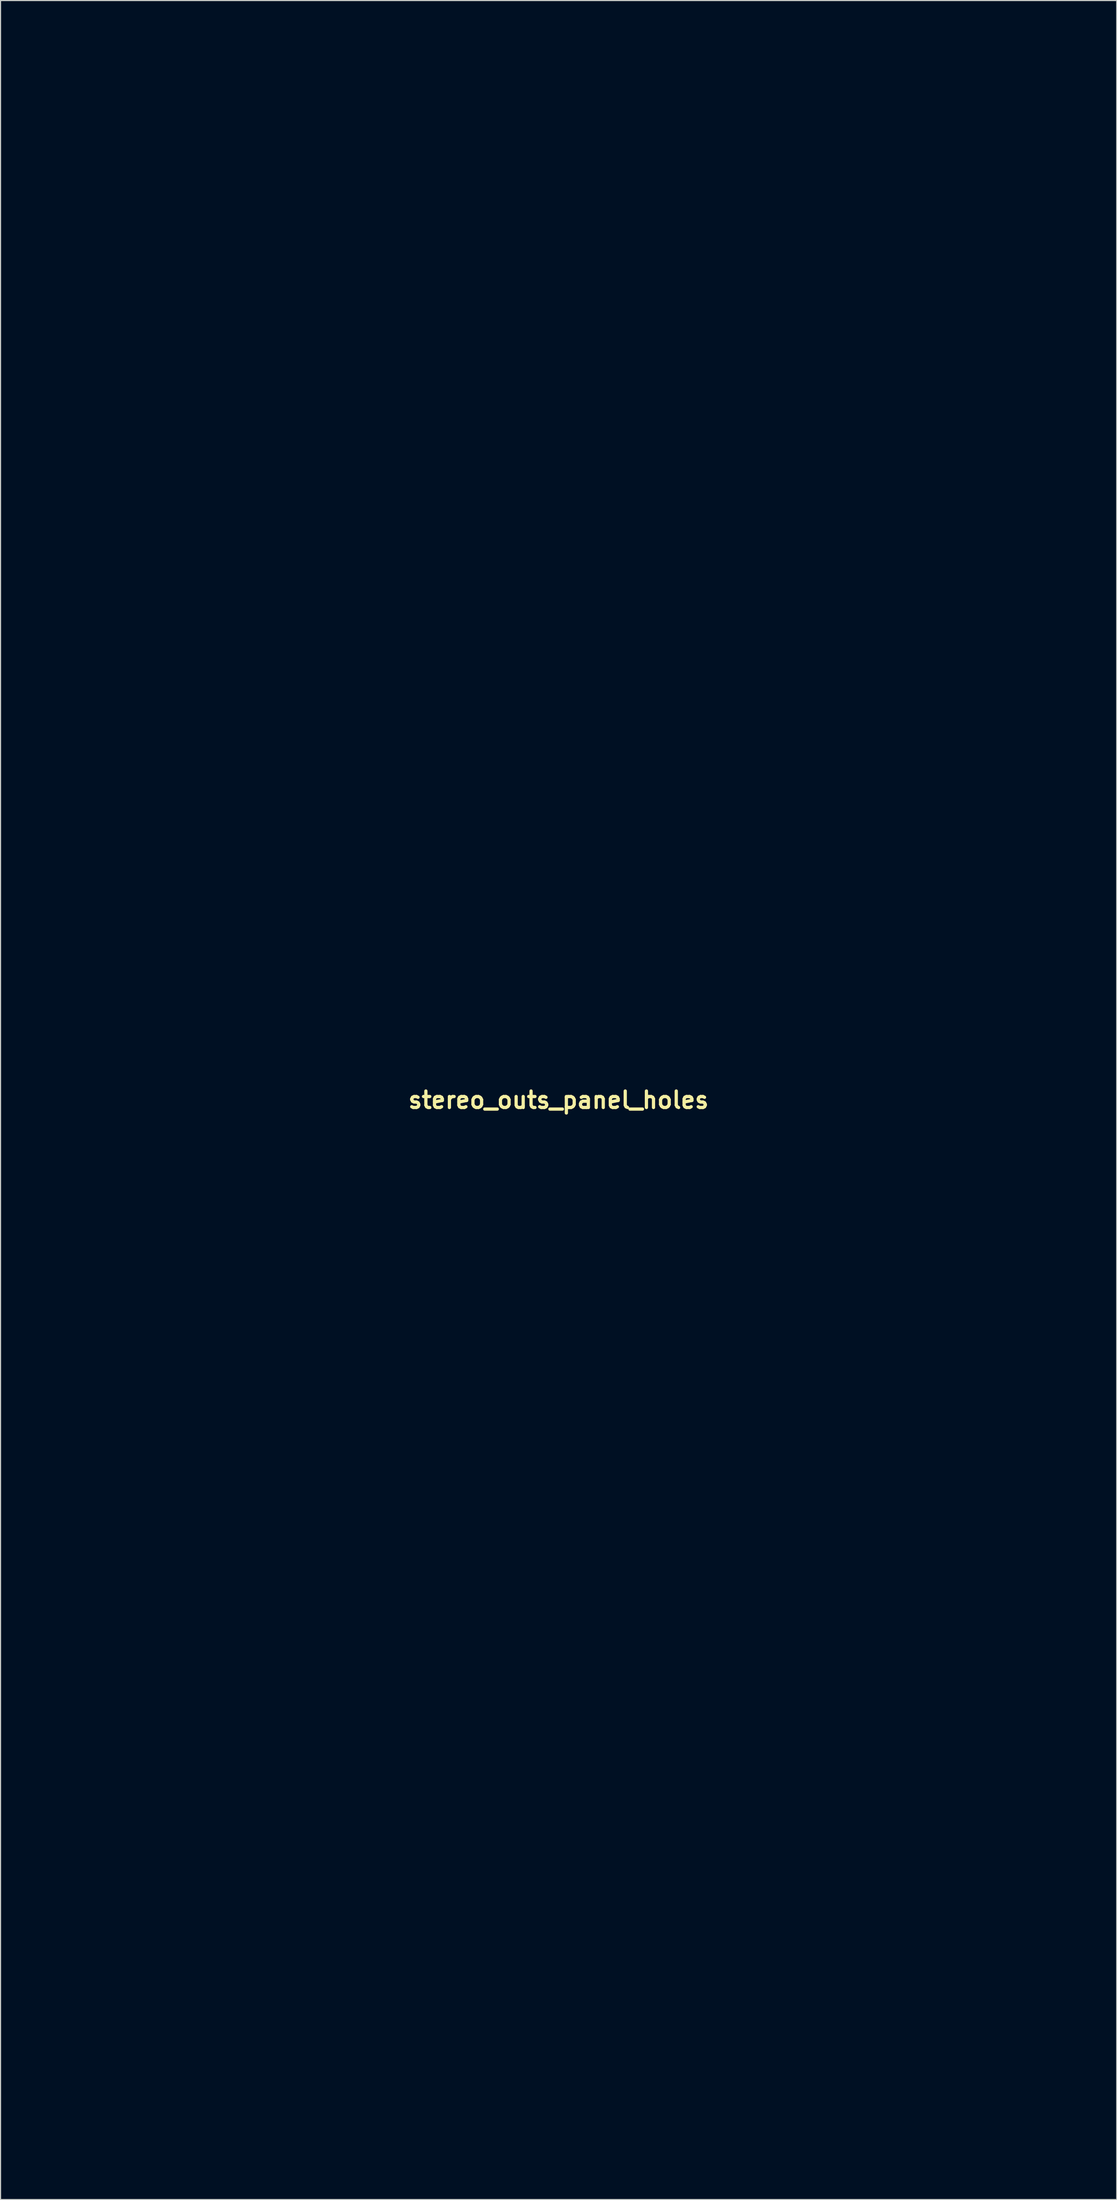
<source format=kicad_pcb>
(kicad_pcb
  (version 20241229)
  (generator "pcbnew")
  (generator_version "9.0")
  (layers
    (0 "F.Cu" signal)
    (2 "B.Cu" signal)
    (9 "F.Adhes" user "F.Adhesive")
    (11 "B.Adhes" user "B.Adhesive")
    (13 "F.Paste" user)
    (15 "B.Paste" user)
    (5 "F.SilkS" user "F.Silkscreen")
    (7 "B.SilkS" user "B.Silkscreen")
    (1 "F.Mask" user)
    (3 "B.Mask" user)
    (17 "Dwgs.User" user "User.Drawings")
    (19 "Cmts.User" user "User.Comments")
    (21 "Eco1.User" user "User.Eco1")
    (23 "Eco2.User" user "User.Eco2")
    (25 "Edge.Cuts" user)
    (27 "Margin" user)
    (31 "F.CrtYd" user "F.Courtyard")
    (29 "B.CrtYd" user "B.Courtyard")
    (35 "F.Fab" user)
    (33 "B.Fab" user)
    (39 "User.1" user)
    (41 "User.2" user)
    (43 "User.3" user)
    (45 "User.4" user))
  (footprint "stereo_outs_panel_holes"
    (layer "F.Cu")
    (at 48.59 98.605)
    (property "Reference" "stereo_outs_panel_holes" (at 0 0 0) (layer "F.SilkS") (effects (font (size 1.524 1.524) (thickness 0.3))))
    (attr through_hole)
    (fp_poly (pts (xy 45.45 95.415) (xy 45.606 95.415) (xy 45.941 95.415) (xy 46.23 95.415) (xy 46.476 95.416) (xy 46.683 95.417) (xy 46.855 95.418) (xy 46.996 95.42) (xy 47.11 95.422) (xy 47.201 95.426) (xy 47.273 95.43) (xy 47.33 95.436) (xy 47.375 95.442) (xy 47.414 95.45) (xy 47.449 95.46) (xy 47.485 95.471) (xy 47.485 95.471) (xy 47.738 95.577) (xy 47.969 95.725) (xy 48.173 95.911) (xy 48.345 96.128) (xy 48.478 96.371) (xy 48.544 96.545) (xy 48.591 96.765) (xy 48.606 97.004) (xy 48.589 97.243) (xy 48.541 97.464) (xy 48.53 97.495) (xy 48.413 97.76) (xy 48.255 97.996) (xy 48.06 98.199) (xy 47.83 98.367) (xy 47.568 98.497) (xy 47.506 98.52) (xy 47.307 98.59) (xy 45.682 98.594) (xy 45.396 98.594) (xy 45.122 98.594) (xy 44.866 98.593) (xy 44.631 98.592) (xy 44.423 98.59) (xy 44.246 98.588) (xy 44.104 98.585) (xy 44.004 98.582) (xy 43.948 98.578) (xy 43.942 98.578) (xy 43.68 98.507) (xy 43.435 98.391) (xy 43.212 98.237) (xy 43.016 98.049) (xy 42.854 97.833) (xy 42.73 97.594) (xy 42.657 97.368) (xy 42.628 97.171) (xy 42.624 96.951) (xy 42.644 96.73) (xy 42.687 96.527) (xy 42.706 96.47) (xy 42.816 96.229) (xy 42.967 96.006) (xy 43.151 95.811) (xy 43.361 95.652) (xy 43.457 95.597) (xy 43.523 95.562) (xy 43.582 95.532) (xy 43.636 95.506) (xy 43.69 95.485) (xy 43.748 95.467) (xy 43.814 95.452) (xy 43.893 95.441) (xy 43.987 95.432) (xy 44.102 95.425) (xy 44.242 95.421) (xy 44.41 95.418) (xy 44.611 95.416) (xy 44.848 95.415) (xy 45.126 95.415) (xy 45.45 95.415)) (stroke (width 0.01) (type solid)) (fill no) (layer "Eco1.User"))
    (fp_poly (pts (xy -45.259 -98.59) (xy -44.971 -98.59) (xy -44.727 -98.589) (xy -44.521 -98.589) (xy -44.35 -98.587) (xy -44.21 -98.585) (xy -44.097 -98.583) (xy -44.007 -98.579) (xy -43.936 -98.575) (xy -43.88 -98.569) (xy -43.835 -98.563) (xy -43.797 -98.554) (xy -43.762 -98.545) (xy -43.726 -98.534) (xy -43.473 -98.428) (xy -43.241 -98.281) (xy -43.036 -98.099) (xy -42.864 -97.887) (xy -42.73 -97.652) (xy -42.639 -97.398) (xy -42.632 -97.368) (xy -42.603 -97.171) (xy -42.599 -96.951) (xy -42.619 -96.73) (xy -42.662 -96.527) (xy -42.68 -96.47) (xy -42.795 -96.218) (xy -42.952 -95.991) (xy -43.144 -95.796) (xy -43.369 -95.634) (xy -43.62 -95.512) (xy -43.805 -95.452) (xy -43.847 -95.442) (xy -43.89 -95.434) (xy -43.939 -95.426) (xy -43.997 -95.42) (xy -44.068 -95.415) (xy -44.157 -95.411) (xy -44.268 -95.408) (xy -44.405 -95.406) (xy -44.573 -95.405) (xy -44.775 -95.404) (xy -45.015 -95.404) (xy -45.298 -95.404) (xy -45.603 -95.404) (xy -45.931 -95.404) (xy -46.211 -95.405) (xy -46.449 -95.406) (xy -46.649 -95.407) (xy -46.815 -95.409) (xy -46.95 -95.411) (xy -47.059 -95.414) (xy -47.147 -95.419) (xy -47.217 -95.424) (xy -47.273 -95.43) (xy -47.32 -95.438) (xy -47.362 -95.446) (xy -47.391 -95.454) (xy -47.652 -95.547) (xy -47.886 -95.68) (xy -48.091 -95.847) (xy -48.264 -96.044) (xy -48.402 -96.266) (xy -48.504 -96.506) (xy -48.565 -96.762) (xy -48.583 -97.026) (xy -48.555 -97.294) (xy -48.501 -97.501) (xy -48.432 -97.682) (xy -48.351 -97.834) (xy -48.248 -97.976) (xy -48.152 -98.085) (xy -47.966 -98.259) (xy -47.766 -98.393) (xy -47.536 -98.499) (xy -47.499 -98.512) (xy -47.282 -98.59) (xy -45.593 -98.59) (xy -45.259 -98.59)) (stroke (width 0.01) (type solid)) (fill no) (layer "Eco1.User"))
    (fp_poly (pts (xy 32.262 9.511) (xy 32.606 9.546) (xy 32.936 9.619) (xy 33.262 9.73) (xy 33.545 9.855) (xy 33.914 10.063) (xy 34.25 10.308) (xy 34.551 10.589) (xy 34.816 10.904) (xy 35.043 11.251) (xy 35.23 11.626) (xy 35.376 12.029) (xy 35.424 12.203) (xy 35.459 12.384) (xy 35.486 12.6) (xy 35.502 12.832) (xy 35.508 13.066) (xy 35.503 13.284) (xy 35.486 13.465) (xy 35.403 13.877) (xy 35.276 14.267) (xy 35.109 14.635) (xy 34.903 14.976) (xy 34.662 15.289) (xy 34.389 15.572) (xy 34.087 15.821) (xy 33.759 16.036) (xy 33.408 16.213) (xy 33.037 16.35) (xy 32.649 16.445) (xy 32.246 16.495) (xy 31.833 16.499) (xy 31.61 16.481) (xy 31.482 16.463) (xy 31.335 16.436) (xy 31.199 16.407) (xy 31.191 16.405) (xy 30.793 16.283) (xy 30.421 16.12) (xy 30.076 15.918) (xy 29.76 15.681) (xy 29.476 15.413) (xy 29.224 15.116) (xy 29.008 14.795) (xy 28.828 14.452) (xy 28.686 14.091) (xy 28.585 13.716) (xy 28.526 13.328) (xy 28.511 12.932) (xy 28.515 12.878) (xy 29.515 12.878) (xy 29.515 13.132) (xy 31.877 13.132) (xy 31.877 15.494) (xy 32.156 15.494) (xy 32.156 13.132) (xy 34.519 13.132) (xy 34.519 12.878) (xy 32.157 12.878) (xy 32.144 10.503) (xy 32.01 10.495) (xy 31.877 10.488) (xy 31.877 12.878) (xy 29.515 12.878) (xy 28.515 12.878) (xy 28.542 12.532) (xy 28.621 12.13) (xy 28.692 11.888) (xy 28.845 11.508) (xy 29.042 11.149) (xy 29.281 10.815) (xy 29.556 10.51) (xy 29.866 10.238) (xy 30.206 10.003) (xy 30.449 9.868) (xy 30.78 9.721) (xy 31.112 9.614) (xy 31.458 9.545) (xy 31.83 9.511) (xy 31.89 9.508) (xy 32.262 9.511)) (stroke (width 0.01) (type solid)) (fill no) (layer "Eco1.User"))
    (fp_poly (pts (xy 32.254 -50.481) (xy 32.447 -50.471) (xy 32.612 -50.454) (xy 32.707 -50.438) (xy 33.112 -50.328) (xy 33.489 -50.178) (xy 33.839 -49.986) (xy 34.169 -49.75) (xy 34.482 -49.468) (xy 34.769 -49.147) (xy 35.01 -48.807) (xy 35.203 -48.447) (xy 35.35 -48.069) (xy 35.449 -47.672) (xy 35.501 -47.257) (xy 35.509 -47.005) (xy 35.485 -46.576) (xy 35.414 -46.165) (xy 35.295 -45.774) (xy 35.13 -45.401) (xy 34.917 -45.047) (xy 34.657 -44.712) (xy 34.437 -44.479) (xy 34.128 -44.212) (xy 33.791 -43.985) (xy 33.428 -43.799) (xy 33.047 -43.656) (xy 32.651 -43.558) (xy 32.244 -43.506) (xy 31.833 -43.501) (xy 31.69 -43.511) (xy 31.28 -43.574) (xy 30.882 -43.685) (xy 30.497 -43.845) (xy 30.128 -44.051) (xy 29.787 -44.297) (xy 29.499 -44.56) (xy 29.242 -44.86) (xy 29.017 -45.193) (xy 28.829 -45.551) (xy 28.681 -45.93) (xy 28.576 -46.323) (xy 28.558 -46.413) (xy 28.533 -46.607) (xy 28.519 -46.833) (xy 28.517 -47.072) (xy 28.52 -47.142) (xy 29.515 -47.142) (xy 29.515 -46.863) (xy 31.877 -46.863) (xy 31.877 -44.501) (xy 32.156 -44.501) (xy 32.156 -46.863) (xy 34.521 -46.863) (xy 34.506 -47.13) (xy 33.331 -47.136) (xy 32.157 -47.143) (xy 32.15 -48.317) (xy 32.144 -49.492) (xy 32.01 -49.5) (xy 31.877 -49.507) (xy 31.877 -47.142) (xy 29.515 -47.142) (xy 28.52 -47.142) (xy 28.526 -47.306) (xy 28.547 -47.518) (xy 28.559 -47.6) (xy 28.658 -48.009) (xy 28.801 -48.398) (xy 28.986 -48.762) (xy 29.21 -49.1) (xy 29.472 -49.408) (xy 29.768 -49.685) (xy 30.095 -49.927) (xy 30.452 -50.131) (xy 30.836 -50.296) (xy 31.243 -50.419) (xy 31.327 -50.438) (xy 31.464 -50.459) (xy 31.638 -50.474) (xy 31.836 -50.483) (xy 32.046 -50.485) (xy 32.254 -50.481)) (stroke (width 0.01) (type solid)) (fill no) (layer "Eco1.User"))
    (fp_poly (pts (xy 32.26 -80.555) (xy 32.454 -80.544) (xy 32.619 -80.527) (xy 32.707 -80.511) (xy 33.121 -80.397) (xy 33.51 -80.24) (xy 33.874 -80.038) (xy 34.214 -79.791) (xy 34.446 -79.584) (xy 34.734 -79.271) (xy 34.978 -78.934) (xy 35.177 -78.573) (xy 35.331 -78.193) (xy 35.438 -77.794) (xy 35.497 -77.38) (xy 35.509 -77.078) (xy 35.485 -76.65) (xy 35.414 -76.239) (xy 35.295 -75.847) (xy 35.13 -75.474) (xy 34.917 -75.12) (xy 34.657 -74.786) (xy 34.437 -74.552) (xy 34.128 -74.286) (xy 33.791 -74.059) (xy 33.428 -73.873) (xy 33.047 -73.73) (xy 32.651 -73.632) (xy 32.244 -73.579) (xy 31.833 -73.575) (xy 31.69 -73.585) (xy 31.282 -73.647) (xy 30.889 -73.755) (xy 30.517 -73.907) (xy 30.166 -74.099) (xy 29.841 -74.329) (xy 29.543 -74.595) (xy 29.277 -74.893) (xy 29.045 -75.221) (xy 28.851 -75.576) (xy 28.696 -75.956) (xy 28.584 -76.356) (xy 28.558 -76.486) (xy 28.533 -76.681) (xy 28.519 -76.906) (xy 28.517 -77.145) (xy 28.52 -77.216) (xy 29.515 -77.216) (xy 29.515 -76.937) (xy 31.877 -76.937) (xy 31.877 -74.574) (xy 32.156 -74.574) (xy 32.156 -76.937) (xy 34.521 -76.937) (xy 34.506 -77.203) (xy 33.331 -77.21) (xy 32.157 -77.217) (xy 32.15 -78.391) (xy 32.144 -79.566) (xy 32.01 -79.573) (xy 31.877 -79.581) (xy 31.877 -77.216) (xy 29.515 -77.216) (xy 28.52 -77.216) (xy 28.526 -77.38) (xy 28.547 -77.591) (xy 28.559 -77.673) (xy 28.658 -78.082) (xy 28.801 -78.47) (xy 28.986 -78.834) (xy 29.21 -79.172) (xy 29.471 -79.481) (xy 29.766 -79.758) (xy 30.093 -80) (xy 30.448 -80.205) (xy 30.829 -80.369) (xy 31.234 -80.491) (xy 31.318 -80.51) (xy 31.459 -80.532) (xy 31.637 -80.547) (xy 31.838 -80.556) (xy 32.05 -80.559) (xy 32.26 -80.555)) (stroke (width 0.01) (type solid)) (fill no) (layer "Eco1.User"))
    (fp_poly (pts (xy 46.65 -98.599) (xy 46.837 -98.596) (xy 46.994 -98.592) (xy 47.126 -98.585) (xy 47.235 -98.576) (xy 47.328 -98.563) (xy 47.407 -98.548) (xy 47.476 -98.529) (xy 47.541 -98.507) (xy 47.606 -98.48) (xy 47.673 -98.449) (xy 47.716 -98.428) (xy 47.948 -98.289) (xy 48.154 -98.11) (xy 48.328 -97.895) (xy 48.467 -97.652) (xy 48.532 -97.492) (xy 48.563 -97.395) (xy 48.583 -97.308) (xy 48.595 -97.217) (xy 48.599 -97.103) (xy 48.6 -97.003) (xy 48.597 -96.86) (xy 48.59 -96.751) (xy 48.574 -96.657) (xy 48.549 -96.561) (xy 48.532 -96.507) (xy 48.421 -96.254) (xy 48.269 -96.022) (xy 48.079 -95.818) (xy 47.859 -95.647) (xy 47.613 -95.515) (xy 47.498 -95.472) (xy 47.464 -95.46) (xy 47.431 -95.451) (xy 47.394 -95.443) (xy 47.349 -95.436) (xy 47.293 -95.43) (xy 47.222 -95.425) (xy 47.13 -95.422) (xy 47.016 -95.419) (xy 46.873 -95.416) (xy 46.7 -95.415) (xy 46.49 -95.413) (xy 46.242 -95.412) (xy 45.949 -95.411) (xy 45.669 -95.41) (xy 45.336 -95.409) (xy 45.049 -95.408) (xy 44.805 -95.408) (xy 44.6 -95.408) (xy 44.429 -95.409) (xy 44.289 -95.411) (xy 44.175 -95.414) (xy 44.084 -95.417) (xy 44.012 -95.422) (xy 43.954 -95.427) (xy 43.907 -95.434) (xy 43.865 -95.442) (xy 43.827 -95.452) (xy 43.824 -95.452) (xy 43.553 -95.549) (xy 43.309 -95.685) (xy 43.098 -95.856) (xy 42.922 -96.06) (xy 42.783 -96.29) (xy 42.685 -96.545) (xy 42.632 -96.819) (xy 42.622 -97.003) (xy 42.638 -97.248) (xy 42.688 -97.472) (xy 42.779 -97.695) (xy 42.804 -97.747) (xy 42.953 -97.978) (xy 43.142 -98.18) (xy 43.366 -98.35) (xy 43.624 -98.485) (xy 43.718 -98.522) (xy 43.904 -98.59) (xy 45.519 -98.598) (xy 45.868 -98.599) (xy 46.169 -98.6) (xy 46.429 -98.6) (xy 46.65 -98.599)) (stroke (width 0.01) (type solid)) (fill no) (layer "Eco1.User"))
    (fp_poly (pts (xy -45.267 95.402) (xy -44.988 95.403) (xy -44.752 95.403) (xy -44.553 95.404) (xy -44.389 95.406) (xy -44.255 95.408) (xy -44.146 95.412) (xy -44.059 95.416) (xy -43.989 95.421) (xy -43.932 95.427) (xy -43.884 95.435) (xy -43.841 95.444) (xy -43.805 95.452) (xy -43.538 95.546) (xy -43.295 95.681) (xy -43.08 95.853) (xy -42.898 96.059) (xy -42.755 96.294) (xy -42.68 96.47) (xy -42.631 96.659) (xy -42.603 96.874) (xy -42.598 97.093) (xy -42.618 97.297) (xy -42.631 97.364) (xy -42.717 97.622) (xy -42.847 97.863) (xy -43.015 98.079) (xy -43.217 98.266) (xy -43.445 98.414) (xy -43.542 98.461) (xy -43.607 98.489) (xy -43.668 98.513) (xy -43.731 98.533) (xy -43.8 98.55) (xy -43.879 98.564) (xy -43.972 98.575) (xy -44.083 98.584) (xy -44.217 98.591) (xy -44.378 98.595) (xy -44.569 98.598) (xy -44.796 98.6) (xy -45.063 98.601) (xy -45.373 98.601) (xy -45.611 98.601) (xy -45.956 98.6) (xy -46.253 98.599) (xy -46.506 98.597) (xy -46.718 98.594) (xy -46.893 98.591) (xy -47.033 98.587) (xy -47.143 98.582) (xy -47.226 98.576) (xy -47.284 98.57) (xy -47.307 98.565) (xy -47.577 98.481) (xy -47.823 98.355) (xy -48.044 98.19) (xy -48.232 97.992) (xy -48.385 97.764) (xy -48.498 97.512) (xy -48.552 97.32) (xy -48.585 97.048) (xy -48.57 96.78) (xy -48.511 96.522) (xy -48.41 96.278) (xy -48.271 96.054) (xy -48.098 95.855) (xy -47.893 95.686) (xy -47.659 95.552) (xy -47.399 95.457) (xy -47.381 95.453) (xy -47.339 95.442) (xy -47.295 95.434) (xy -47.247 95.426) (xy -47.188 95.42) (xy -47.116 95.415) (xy -47.027 95.411) (xy -46.915 95.408) (xy -46.777 95.406) (xy -46.608 95.404) (xy -46.405 95.403) (xy -46.163 95.403) (xy -45.878 95.402) (xy -45.593 95.402) (xy -45.267 95.402)) (stroke (width 0.01) (type solid)) (fill no) (layer "Eco1.User"))
    (fp_poly (pts (xy -34.798 70.011) (xy -34.352 70.045) (xy -33.934 70.112) (xy -33.532 70.216) (xy -33.134 70.36) (xy -32.855 70.484) (xy -32.457 70.692) (xy -32.096 70.922) (xy -31.762 71.182) (xy -31.475 71.447) (xy -31.132 71.823) (xy -30.832 72.224) (xy -30.576 72.648) (xy -30.366 73.094) (xy -30.202 73.557) (xy -30.086 74.038) (xy -30.017 74.533) (xy -29.997 74.989) (xy -30.008 75.365) (xy -30.041 75.711) (xy -30.1 76.044) (xy -30.187 76.381) (xy -30.252 76.59) (xy -30.433 77.054) (xy -30.655 77.491) (xy -30.916 77.899) (xy -31.213 78.276) (xy -31.543 78.621) (xy -31.903 78.932) (xy -32.291 79.207) (xy -32.704 79.444) (xy -33.139 79.641) (xy -33.593 79.797) (xy -34.063 79.909) (xy -34.547 79.975) (xy -35.042 79.995) (xy -35.344 79.983) (xy -35.837 79.924) (xy -36.316 79.817) (xy -36.78 79.664) (xy -37.226 79.467) (xy -37.65 79.227) (xy -38.05 78.946) (xy -38.422 78.626) (xy -38.764 78.269) (xy -39.072 77.877) (xy -39.281 77.559) (xy -39.509 77.134) (xy -39.693 76.686) (xy -39.832 76.221) (xy -39.926 75.742) (xy -39.974 75.253) (xy -39.975 74.879) (xy -37.49 74.879) (xy -37.49 75.133) (xy -35.128 75.133) (xy -35.128 77.495) (xy -34.849 77.495) (xy -34.849 75.133) (xy -32.487 75.133) (xy -32.487 74.879) (xy -34.849 74.879) (xy -34.849 72.489) (xy -34.982 72.497) (xy -35.115 72.504) (xy -35.122 73.692) (xy -35.129 74.879) (xy -37.49 74.879) (xy -39.975 74.879) (xy -39.976 74.76) (xy -39.929 74.266) (xy -39.877 73.965) (xy -39.788 73.614) (xy -39.665 73.25) (xy -39.513 72.888) (xy -39.339 72.544) (xy -39.154 72.238) (xy -38.852 71.832) (xy -38.517 71.464) (xy -38.152 71.133) (xy -37.759 70.842) (xy -37.341 70.592) (xy -36.901 70.384) (xy -36.442 70.22) (xy -35.966 70.102) (xy -35.478 70.03) (xy -34.979 70.007) (xy -34.798 70.011)) (stroke (width 0.01) (type solid)) (fill no) (layer "Eco1.User"))
    (fp_poly (pts (xy -2.77 -20.483) (xy -2.593 -20.476) (xy -2.439 -20.461) (xy -2.295 -20.437) (xy -2.148 -20.402) (xy -1.984 -20.353) (xy -1.907 -20.329) (xy -1.562 -20.199) (xy -1.25 -20.043) (xy -0.959 -19.853) (xy -0.678 -19.622) (xy -0.519 -19.471) (xy -0.234 -19.153) (xy 0.005 -18.815) (xy 0.198 -18.457) (xy 0.346 -18.077) (xy 0.45 -17.671) (xy 0.471 -17.555) (xy 0.491 -17.386) (xy 0.501 -17.185) (xy 0.503 -16.966) (xy 0.497 -16.745) (xy 0.482 -16.537) (xy 0.459 -16.356) (xy 0.444 -16.281) (xy 0.329 -15.871) (xy 0.169 -15.483) (xy -0.033 -15.121) (xy -0.275 -14.786) (xy -0.555 -14.482) (xy -0.871 -14.213) (xy -1.22 -13.979) (xy -1.435 -13.863) (xy -1.822 -13.697) (xy -2.222 -13.581) (xy -2.633 -13.514) (xy -3.05 -13.496) (xy -3.36 -13.515) (xy -3.765 -13.583) (xy -4.157 -13.698) (xy -4.531 -13.858) (xy -4.884 -14.059) (xy -5.212 -14.3) (xy -5.511 -14.577) (xy -5.776 -14.889) (xy -6.005 -15.231) (xy -6.103 -15.409) (xy -6.261 -15.76) (xy -6.374 -16.108) (xy -6.447 -16.465) (xy -6.48 -16.842) (xy -6.483 -17.018) (xy -6.477 -17.12) (xy -5.486 -17.12) (xy -5.486 -16.866) (xy -3.124 -16.866) (xy -3.124 -14.503) (xy -2.845 -14.503) (xy -2.845 -16.866) (xy -0.483 -16.866) (xy -0.483 -17.12) (xy -2.844 -17.12) (xy -2.857 -19.494) (xy -2.991 -19.502) (xy -3.124 -19.51) (xy -3.124 -17.12) (xy -5.486 -17.12) (xy -6.477 -17.12) (xy -6.458 -17.444) (xy -6.385 -17.852) (xy -6.266 -18.241) (xy -6.1 -18.61) (xy -5.887 -18.96) (xy -5.627 -19.29) (xy -5.41 -19.516) (xy -5.117 -19.773) (xy -4.817 -19.986) (xy -4.501 -20.159) (xy -4.16 -20.298) (xy -4.064 -20.33) (xy -3.887 -20.384) (xy -3.733 -20.425) (xy -3.589 -20.453) (xy -3.44 -20.471) (xy -3.274 -20.481) (xy -3.076 -20.485) (xy -2.985 -20.485) (xy -2.77 -20.483)) (stroke (width 0.01) (type solid)) (fill no) (layer "Eco1.User"))
    (fp_poly (pts (xy 32.315 39.516) (xy 32.506 39.531) (xy 32.663 39.554) (xy 32.669 39.555) (xy 33.077 39.663) (xy 33.467 39.816) (xy 33.834 40.011) (xy 34.174 40.248) (xy 34.484 40.522) (xy 34.76 40.832) (xy 34.806 40.891) (xy 35.023 41.212) (xy 35.199 41.549) (xy 35.34 41.911) (xy 35.428 42.214) (xy 35.451 42.313) (xy 35.469 42.4) (xy 35.481 42.486) (xy 35.489 42.583) (xy 35.493 42.7) (xy 35.495 42.849) (xy 35.496 42.977) (xy 35.494 43.207) (xy 35.486 43.399) (xy 35.47 43.565) (xy 35.444 43.72) (xy 35.407 43.875) (xy 35.357 44.043) (xy 35.327 44.133) (xy 35.171 44.514) (xy 34.974 44.868) (xy 34.74 45.194) (xy 34.472 45.49) (xy 34.173 45.752) (xy 33.848 45.979) (xy 33.499 46.168) (xy 33.131 46.317) (xy 32.746 46.424) (xy 32.349 46.487) (xy 31.943 46.504) (xy 31.577 46.478) (xy 31.173 46.402) (xy 30.782 46.278) (xy 30.408 46.11) (xy 30.056 45.9) (xy 29.73 45.65) (xy 29.433 45.363) (xy 29.17 45.042) (xy 29.093 44.931) (xy 28.882 44.571) (xy 28.72 44.198) (xy 28.605 43.809) (xy 28.537 43.403) (xy 28.516 43.002) (xy 28.523 42.875) (xy 29.515 42.875) (xy 29.515 43.129) (xy 31.877 43.129) (xy 31.877 45.491) (xy 32.156 45.491) (xy 32.156 43.129) (xy 34.519 43.129) (xy 34.519 42.875) (xy 32.157 42.875) (xy 32.144 40.5) (xy 31.89 40.5) (xy 31.883 41.688) (xy 31.876 42.875) (xy 29.515 42.875) (xy 28.523 42.875) (xy 28.54 42.576) (xy 28.611 42.166) (xy 28.731 41.773) (xy 28.897 41.399) (xy 29.109 41.045) (xy 29.367 40.713) (xy 29.475 40.595) (xy 29.787 40.303) (xy 30.125 40.054) (xy 30.488 39.85) (xy 30.878 39.688) (xy 31.296 39.568) (xy 31.344 39.558) (xy 31.494 39.534) (xy 31.68 39.518) (xy 31.888 39.51) (xy 32.105 39.509) (xy 32.315 39.516)) (stroke (width 0.01) (type solid)) (fill no) (layer "Eco1.User"))
    (fp_poly (pts (xy 32.397 70.017) (xy 32.886 70.079) (xy 33.365 70.19) (xy 33.833 70.347) (xy 34.286 70.552) (xy 34.72 70.802) (xy 35.115 71.082) (xy 35.236 71.183) (xy 35.376 71.312) (xy 35.527 71.458) (xy 35.676 71.611) (xy 35.813 71.759) (xy 35.926 71.891) (xy 35.97 71.945) (xy 36.254 72.358) (xy 36.494 72.793) (xy 36.69 73.248) (xy 36.84 73.717) (xy 36.943 74.198) (xy 36.999 74.686) (xy 37.006 75.178) (xy 36.969 75.634) (xy 36.88 76.124) (xy 36.747 76.595) (xy 36.571 77.045) (xy 36.355 77.47) (xy 36.101 77.87) (xy 35.813 78.242) (xy 35.493 78.585) (xy 35.142 78.895) (xy 34.765 79.171) (xy 34.362 79.411) (xy 33.938 79.613) (xy 33.493 79.774) (xy 33.032 79.894) (xy 32.555 79.968) (xy 32.067 79.997) (xy 31.648 79.983) (xy 31.157 79.922) (xy 30.679 79.814) (xy 30.219 79.662) (xy 29.778 79.467) (xy 29.361 79.233) (xy 28.968 78.96) (xy 28.604 78.652) (xy 28.27 78.311) (xy 27.97 77.938) (xy 27.706 77.538) (xy 27.481 77.11) (xy 27.297 76.659) (xy 27.179 76.268) (xy 27.085 75.811) (xy 27.032 75.34) (xy 27.022 74.879) (xy 29.515 74.879) (xy 29.515 75.133) (xy 31.877 75.133) (xy 31.877 77.495) (xy 32.156 77.495) (xy 32.156 75.133) (xy 34.519 75.133) (xy 34.519 74.879) (xy 32.157 74.879) (xy 32.144 72.504) (xy 32.01 72.497) (xy 31.877 72.489) (xy 31.877 74.879) (xy 29.515 74.879) (xy 27.022 74.879) (xy 27.022 74.865) (xy 27.054 74.396) (xy 27.128 73.943) (xy 27.163 73.79) (xy 27.311 73.309) (xy 27.502 72.852) (xy 27.733 72.42) (xy 28.004 72.017) (xy 28.31 71.644) (xy 28.65 71.303) (xy 29.021 70.997) (xy 29.421 70.727) (xy 29.847 70.497) (xy 30.297 70.308) (xy 30.768 70.162) (xy 31.258 70.061) (xy 31.406 70.04) (xy 31.903 70.004) (xy 32.397 70.017)) (stroke (width 0.01) (type solid)) (fill no) (layer "Eco1.User"))
    (fp_poly (pts (xy -2.617 9.63) (xy -2.404 9.652) (xy -2.337 9.663) (xy -1.93 9.76) (xy -1.543 9.903) (xy -1.179 10.087) (xy -0.841 10.312) (xy -0.532 10.572) (xy -0.255 10.867) (xy -0.012 11.193) (xy 0.193 11.546) (xy 0.358 11.926) (xy 0.48 12.328) (xy 0.495 12.395) (xy 0.521 12.551) (xy 0.54 12.742) (xy 0.551 12.955) (xy 0.554 13.173) (xy 0.549 13.382) (xy 0.536 13.569) (xy 0.524 13.66) (xy 0.434 14.065) (xy 0.297 14.455) (xy 0.115 14.827) (xy -0.11 15.176) (xy -0.377 15.497) (xy -0.503 15.626) (xy -0.826 15.904) (xy -1.174 16.139) (xy -1.544 16.328) (xy -1.935 16.472) (xy -2.346 16.568) (xy -2.36 16.571) (xy -2.524 16.591) (xy -2.72 16.604) (xy -2.933 16.608) (xy -3.144 16.605) (xy -3.339 16.594) (xy -3.501 16.575) (xy -3.505 16.574) (xy -3.909 16.481) (xy -4.295 16.342) (xy -4.658 16.162) (xy -4.997 15.942) (xy -5.308 15.686) (xy -5.587 15.397) (xy -5.833 15.079) (xy -6.041 14.733) (xy -6.209 14.363) (xy -6.334 13.972) (xy -6.39 13.716) (xy -6.415 13.517) (xy -6.429 13.286) (xy -6.431 13.043) (xy -6.429 12.979) (xy -5.436 12.979) (xy -5.436 13.259) (xy -3.073 13.259) (xy -3.073 15.624) (xy -2.807 15.608) (xy -2.8 14.434) (xy -2.793 13.259) (xy -1.619 13.253) (xy -0.445 13.246) (xy -0.429 12.979) (xy -2.794 12.979) (xy -2.794 10.617) (xy -3.073 10.617) (xy -3.073 12.979) (xy -5.436 12.979) (xy -6.429 12.979) (xy -6.422 12.806) (xy -6.401 12.593) (xy -6.39 12.522) (xy -6.294 12.117) (xy -6.153 11.731) (xy -5.969 11.369) (xy -5.747 11.031) (xy -5.488 10.722) (xy -5.196 10.445) (xy -4.874 10.202) (xy -4.525 9.997) (xy -4.151 9.832) (xy -3.755 9.71) (xy -3.531 9.662) (xy -3.33 9.636) (xy -3.099 9.623) (xy -2.855 9.621) (xy -2.617 9.63)) (stroke (width 0.01) (type solid)) (fill no) (layer "Eco1.User"))
    (fp_poly (pts (xy -2.799 -50.482) (xy -2.606 -50.473) (xy -2.437 -50.459) (xy -2.304 -50.44) (xy -2.295 -50.438) (xy -1.888 -50.328) (xy -1.513 -50.179) (xy -1.163 -49.989) (xy -0.834 -49.755) (xy -0.522 -49.474) (xy -0.517 -49.47) (xy -0.231 -49.15) (xy 0.009 -48.809) (xy 0.203 -48.446) (xy 0.351 -48.061) (xy 0.454 -47.655) (xy 0.473 -47.542) (xy 0.491 -47.383) (xy 0.501 -47.193) (xy 0.503 -46.986) (xy 0.498 -46.775) (xy 0.485 -46.575) (xy 0.466 -46.401) (xy 0.447 -46.291) (xy 0.328 -45.875) (xy 0.166 -45.483) (xy -0.037 -45.118) (xy -0.28 -44.782) (xy -0.561 -44.477) (xy -0.879 -44.207) (xy -1.231 -43.972) (xy -1.375 -43.892) (xy -1.724 -43.735) (xy -2.098 -43.616) (xy -2.485 -43.537) (xy -2.875 -43.5) (xy -3.257 -43.507) (xy -3.302 -43.511) (xy -3.714 -43.575) (xy -4.11 -43.685) (xy -4.485 -43.839) (xy -4.838 -44.032) (xy -5.166 -44.264) (xy -5.464 -44.53) (xy -5.73 -44.829) (xy -5.962 -45.156) (xy -6.156 -45.511) (xy -6.309 -45.889) (xy -6.418 -46.288) (xy -6.441 -46.406) (xy -6.466 -46.605) (xy -6.48 -46.835) (xy -6.482 -47.078) (xy -6.48 -47.142) (xy -5.486 -47.142) (xy -5.486 -46.863) (xy -3.124 -46.863) (xy -3.124 -44.501) (xy -2.845 -44.501) (xy -2.845 -46.863) (xy -0.48 -46.863) (xy -0.495 -47.13) (xy -1.67 -47.136) (xy -2.844 -47.143) (xy -2.851 -48.317) (xy -2.857 -49.492) (xy -2.991 -49.5) (xy -3.124 -49.507) (xy -3.124 -47.142) (xy -5.486 -47.142) (xy -6.48 -47.142) (xy -6.473 -47.315) (xy -6.451 -47.528) (xy -6.44 -47.6) (xy -6.344 -48.003) (xy -6.2 -48.392) (xy -6.01 -48.762) (xy -5.778 -49.109) (xy -5.505 -49.428) (xy -5.458 -49.476) (xy -5.147 -49.753) (xy -4.812 -49.988) (xy -4.45 -50.181) (xy -4.059 -50.334) (xy -3.683 -50.437) (xy -3.558 -50.457) (xy -3.395 -50.472) (xy -3.205 -50.481) (xy -3.003 -50.484) (xy -2.799 -50.482)) (stroke (width 0.01) (type solid)) (fill no) (layer "Eco1.User"))
    (fp_poly (pts (xy -2.748 -80.555) (xy -2.556 -80.547) (xy -2.387 -80.533) (xy -2.253 -80.513) (xy -2.244 -80.511) (xy -1.837 -80.401) (xy -1.462 -80.253) (xy -1.112 -80.063) (xy -0.784 -79.829) (xy -0.471 -79.548) (xy -0.467 -79.543) (xy -0.18 -79.223) (xy 0.06 -78.882) (xy 0.254 -78.519) (xy 0.402 -78.135) (xy 0.504 -77.729) (xy 0.524 -77.615) (xy 0.542 -77.457) (xy 0.552 -77.267) (xy 0.554 -77.059) (xy 0.548 -76.849) (xy 0.536 -76.649) (xy 0.517 -76.475) (xy 0.497 -76.365) (xy 0.379 -75.95) (xy 0.218 -75.558) (xy 0.015 -75.194) (xy -0.227 -74.858) (xy -0.507 -74.554) (xy -0.823 -74.284) (xy -1.172 -74.051) (xy -1.324 -73.967) (xy -1.684 -73.806) (xy -2.065 -73.685) (xy -2.46 -73.607) (xy -2.857 -73.572) (xy -3.247 -73.584) (xy -3.251 -73.585) (xy -3.662 -73.648) (xy -4.057 -73.758) (xy -4.432 -73.91) (xy -4.785 -74.104) (xy -5.112 -74.335) (xy -5.41 -74.601) (xy -5.677 -74.899) (xy -5.909 -75.227) (xy -6.103 -75.581) (xy -6.257 -75.958) (xy -6.366 -76.357) (xy -6.39 -76.479) (xy -6.416 -76.678) (xy -6.429 -76.908) (xy -6.431 -77.151) (xy -6.429 -77.216) (xy -5.436 -77.216) (xy -5.436 -76.937) (xy -3.073 -76.937) (xy -3.073 -74.574) (xy -2.794 -74.574) (xy -2.794 -76.937) (xy -0.429 -76.937) (xy -0.445 -77.203) (xy -1.619 -77.21) (xy -2.793 -77.217) (xy -2.8 -78.391) (xy -2.807 -79.566) (xy -2.94 -79.573) (xy -3.073 -79.581) (xy -3.073 -77.216) (xy -5.436 -77.216) (xy -6.429 -77.216) (xy -6.422 -77.388) (xy -6.401 -77.602) (xy -6.39 -77.673) (xy -6.293 -78.077) (xy -6.149 -78.466) (xy -5.959 -78.835) (xy -5.727 -79.182) (xy -5.454 -79.501) (xy -5.407 -79.549) (xy -5.096 -79.827) (xy -4.761 -80.061) (xy -4.399 -80.254) (xy -4.008 -80.407) (xy -3.632 -80.511) (xy -3.507 -80.531) (xy -3.344 -80.546) (xy -3.155 -80.555) (xy -2.952 -80.558) (xy -2.748 -80.555)) (stroke (width 0.01) (type solid)) (fill no) (layer "Eco1.User"))
    (fp_poly (pts (xy -34.368 -21.957) (xy -33.874 -21.872) (xy -33.385 -21.737) (xy -33.35 -21.726) (xy -33.2 -21.669) (xy -33.022 -21.593) (xy -32.829 -21.502) (xy -32.637 -21.406) (xy -32.459 -21.31) (xy -32.335 -21.237) (xy -31.932 -20.957) (xy -31.56 -20.639) (xy -31.222 -20.286) (xy -30.92 -19.902) (xy -30.657 -19.491) (xy -30.434 -19.055) (xy -30.254 -18.597) (xy -30.119 -18.122) (xy -30.037 -17.682) (xy -30.018 -17.501) (xy -30.005 -17.288) (xy -29.999 -17.058) (xy -30 -16.828) (xy -30.007 -16.614) (xy -30.021 -16.432) (xy -30.024 -16.408) (xy -30.11 -15.912) (xy -30.244 -15.432) (xy -30.421 -14.972) (xy -30.642 -14.534) (xy -30.904 -14.121) (xy -31.205 -13.735) (xy -31.542 -13.381) (xy -31.915 -13.059) (xy -32.321 -12.773) (xy -32.71 -12.551) (xy -33.166 -12.346) (xy -33.636 -12.188) (xy -34.121 -12.08) (xy -34.621 -12.019) (xy -35.134 -12.008) (xy -35.331 -12.016) (xy -35.813 -12.07) (xy -36.283 -12.172) (xy -36.739 -12.319) (xy -37.178 -12.509) (xy -37.596 -12.74) (xy -37.99 -13.009) (xy -38.358 -13.315) (xy -38.696 -13.654) (xy -39.002 -14.025) (xy -39.271 -14.426) (xy -39.502 -14.853) (xy -39.69 -15.304) (xy -39.699 -15.329) (xy -39.838 -15.798) (xy -39.931 -16.281) (xy -39.976 -16.772) (xy -39.975 -17.12) (xy -37.49 -17.12) (xy -37.49 -16.866) (xy -35.128 -16.866) (xy -35.128 -14.503) (xy -34.849 -14.503) (xy -34.849 -16.866) (xy -32.487 -16.866) (xy -32.487 -17.12) (xy -34.849 -17.12) (xy -34.849 -19.51) (xy -34.982 -19.502) (xy -35.115 -19.494) (xy -35.122 -18.307) (xy -35.129 -17.12) (xy -37.49 -17.12) (xy -39.975 -17.12) (xy -39.974 -17.266) (xy -39.926 -17.757) (xy -39.83 -18.239) (xy -39.737 -18.561) (xy -39.561 -19.018) (xy -39.34 -19.455) (xy -39.077 -19.869) (xy -38.775 -20.256) (xy -38.437 -20.612) (xy -38.066 -20.933) (xy -37.665 -21.218) (xy -37.262 -21.448) (xy -36.804 -21.653) (xy -36.333 -21.811) (xy -35.85 -21.92) (xy -35.359 -21.981) (xy -34.864 -21.994) (xy -34.368 -21.957)) (stroke (width 0.01) (type solid)) (fill no) (layer "Eco1.User"))
    (fp_poly (pts (xy -2.618 70.018) (xy -2.133 70.079) (xy -1.657 70.186) (xy -1.192 70.338) (xy -0.746 70.533) (xy -0.321 70.771) (xy 0.077 71.05) (xy 0.165 71.12) (xy 0.284 71.224) (xy 0.423 71.354) (xy 0.569 71.498) (xy 0.71 71.644) (xy 0.836 71.781) (xy 0.922 71.882) (xy 1.207 72.277) (xy 1.45 72.697) (xy 1.65 73.138) (xy 1.806 73.596) (xy 1.918 74.067) (xy 1.984 74.548) (xy 2.005 75.033) (xy 1.979 75.519) (xy 1.906 76.003) (xy 1.785 76.48) (xy 1.749 76.591) (xy 1.569 77.054) (xy 1.346 77.49) (xy 1.086 77.897) (xy 0.789 78.274) (xy 0.459 78.619) (xy 0.098 78.93) (xy -0.289 79.205) (xy -0.702 79.442) (xy -1.136 79.64) (xy -1.59 79.796) (xy -2.06 79.908) (xy -2.543 79.975) (xy -3.037 79.995) (xy -3.34 79.983) (xy -3.831 79.925) (xy -4.307 79.819) (xy -4.766 79.67) (xy -5.204 79.478) (xy -5.62 79.246) (xy -6.011 78.977) (xy -6.374 78.673) (xy -6.706 78.336) (xy -7.006 77.968) (xy -7.271 77.573) (xy -7.498 77.151) (xy -7.685 76.707) (xy -7.828 76.241) (xy -7.927 75.757) (xy -7.936 75.696) (xy -7.957 75.496) (xy -7.97 75.264) (xy -7.975 75.017) (xy -7.973 74.879) (xy -5.486 74.879) (xy -5.486 75.133) (xy -3.124 75.133) (xy -3.124 77.495) (xy -2.845 77.495) (xy -2.845 75.133) (xy -0.483 75.133) (xy -0.483 74.879) (xy -2.844 74.879) (xy -2.857 72.504) (xy -2.991 72.497) (xy -3.124 72.489) (xy -3.124 74.879) (xy -5.486 74.879) (xy -7.973 74.879) (xy -7.972 74.769) (xy -7.96 74.537) (xy -7.941 74.335) (xy -7.936 74.298) (xy -7.839 73.805) (xy -7.697 73.332) (xy -7.512 72.881) (xy -7.286 72.453) (xy -7.022 72.052) (xy -6.722 71.68) (xy -6.389 71.339) (xy -6.024 71.031) (xy -5.63 70.759) (xy -5.21 70.524) (xy -4.765 70.33) (xy -4.299 70.179) (xy -3.813 70.072) (xy -3.595 70.04) (xy -3.107 70.005) (xy -2.618 70.018)) (stroke (width 0.01) (type solid)) (fill no) (layer "Eco1.User"))
    (fp_poly (pts (xy 32.198 -20.485) (xy 32.384 -20.478) (xy 32.543 -20.466) (xy 32.652 -20.45) (xy 32.99 -20.364) (xy 33.334 -20.24) (xy 33.666 -20.085) (xy 33.97 -19.907) (xy 34.008 -19.882) (xy 34.133 -19.787) (xy 34.277 -19.662) (xy 34.43 -19.518) (xy 34.581 -19.365) (xy 34.719 -19.214) (xy 34.834 -19.076) (xy 34.891 -18.999) (xy 35.085 -18.677) (xy 35.251 -18.326) (xy 35.381 -17.963) (xy 35.449 -17.704) (xy 35.471 -17.563) (xy 35.487 -17.385) (xy 35.496 -17.183) (xy 35.499 -16.97) (xy 35.495 -16.761) (xy 35.484 -16.566) (xy 35.467 -16.401) (xy 35.452 -16.315) (xy 35.337 -15.898) (xy 35.178 -15.504) (xy 34.976 -15.137) (xy 34.734 -14.797) (xy 34.452 -14.488) (xy 34.132 -14.212) (xy 33.947 -14.079) (xy 33.685 -13.924) (xy 33.39 -13.784) (xy 33.08 -13.668) (xy 32.773 -13.581) (xy 32.629 -13.552) (xy 32.494 -13.533) (xy 32.333 -13.517) (xy 32.162 -13.505) (xy 31.995 -13.498) (xy 31.849 -13.497) (xy 31.737 -13.503) (xy 31.308 -13.57) (xy 30.898 -13.683) (xy 30.51 -13.839) (xy 30.148 -14.038) (xy 29.813 -14.277) (xy 29.508 -14.555) (xy 29.235 -14.87) (xy 28.998 -15.222) (xy 28.995 -15.227) (xy 28.805 -15.596) (xy 28.662 -15.978) (xy 28.567 -16.369) (xy 28.517 -16.766) (xy 28.514 -17.12) (xy 29.515 -17.12) (xy 29.515 -16.866) (xy 31.877 -16.866) (xy 31.877 -14.503) (xy 32.156 -14.503) (xy 32.156 -16.866) (xy 34.519 -16.866) (xy 34.519 -17.12) (xy 32.157 -17.12) (xy 32.144 -19.494) (xy 32.01 -19.502) (xy 31.877 -19.51) (xy 31.877 -17.12) (xy 29.515 -17.12) (xy 28.514 -17.12) (xy 28.513 -17.163) (xy 28.555 -17.558) (xy 28.641 -17.946) (xy 28.772 -18.324) (xy 28.946 -18.686) (xy 29.163 -19.03) (xy 29.424 -19.351) (xy 29.519 -19.451) (xy 29.834 -19.737) (xy 30.169 -19.976) (xy 30.528 -20.172) (xy 30.913 -20.326) (xy 31.324 -20.438) (xy 31.449 -20.458) (xy 31.611 -20.473) (xy 31.799 -20.482) (xy 31.999 -20.486) (xy 32.198 -20.485)) (stroke (width 0.01) (type solid)) (fill no) (layer "Eco1.User"))
    (fp_poly (pts (xy -34.541 8.021) (xy -34.064 8.09) (xy -33.597 8.203) (xy -33.142 8.36) (xy -32.704 8.559) (xy -32.286 8.797) (xy -31.894 9.075) (xy -31.531 9.388) (xy -31.2 9.737) (xy -31.015 9.968) (xy -30.725 10.395) (xy -30.483 10.836) (xy -30.29 11.293) (xy -30.146 11.763) (xy -30.05 12.249) (xy -30.003 12.749) (xy -29.997 12.987) (xy -30.008 13.363) (xy -30.041 13.709) (xy -30.1 14.043) (xy -30.187 14.38) (xy -30.252 14.589) (xy -30.433 15.053) (xy -30.657 15.491) (xy -30.919 15.901) (xy -31.219 16.281) (xy -31.552 16.628) (xy -31.917 16.942) (xy -32.311 17.218) (xy -32.73 17.457) (xy -33.173 17.654) (xy -33.636 17.809) (xy -34.117 17.919) (xy -34.613 17.982) (xy -34.62 17.982) (xy -34.772 17.994) (xy -34.889 18.001) (xy -34.987 18.004) (xy -35.082 18.002) (xy -35.189 17.997) (xy -35.325 17.987) (xy -35.395 17.982) (xy -35.878 17.919) (xy -36.353 17.808) (xy -36.814 17.651) (xy -37.258 17.449) (xy -37.681 17.206) (xy -38.08 16.923) (xy -38.45 16.601) (xy -38.788 16.245) (xy -38.964 16.027) (xy -39.246 15.615) (xy -39.483 15.182) (xy -39.675 14.73) (xy -39.821 14.263) (xy -39.921 13.785) (xy -39.973 13.298) (xy -39.978 12.878) (xy -37.49 12.878) (xy -37.49 13.132) (xy -35.128 13.132) (xy -35.128 15.494) (xy -34.849 15.494) (xy -34.849 13.132) (xy -32.487 13.132) (xy -32.487 12.878) (xy -34.848 12.878) (xy -34.861 10.503) (xy -35.115 10.503) (xy -35.122 11.69) (xy -35.129 12.878) (xy -37.49 12.878) (xy -39.978 12.878) (xy -39.978 12.807) (xy -39.935 12.313) (xy -39.843 11.821) (xy -39.736 11.435) (xy -39.664 11.238) (xy -39.57 11.016) (xy -39.461 10.785) (xy -39.344 10.559) (xy -39.227 10.354) (xy -39.153 10.237) (xy -38.85 9.831) (xy -38.513 9.461) (xy -38.144 9.128) (xy -37.746 8.835) (xy -37.321 8.583) (xy -36.873 8.374) (xy -36.404 8.209) (xy -35.917 8.09) (xy -35.504 8.028) (xy -35.022 8) (xy -34.541 8.021)) (stroke (width 0.01) (type solid)) (fill no) (layer "Eco1.User"))
    (fp_poly (pts (xy -34.662 -81.985) (xy -34.182 -81.93) (xy -33.714 -81.83) (xy -33.262 -81.687) (xy -32.827 -81.503) (xy -32.412 -81.28) (xy -32.021 -81.019) (xy -31.656 -80.722) (xy -31.319 -80.392) (xy -31.014 -80.03) (xy -30.743 -79.639) (xy -30.509 -79.219) (xy -30.315 -78.772) (xy -30.163 -78.302) (xy -30.139 -78.21) (xy -30.098 -78.041) (xy -30.067 -77.893) (xy -30.044 -77.758) (xy -30.028 -77.621) (xy -30.018 -77.473) (xy -30.012 -77.302) (xy -30.01 -77.096) (xy -30.01 -77) (xy -30.011 -76.777) (xy -30.015 -76.593) (xy -30.023 -76.437) (xy -30.037 -76.297) (xy -30.057 -76.163) (xy -30.084 -76.022) (xy -30.121 -75.863) (xy -30.139 -75.79) (xy -30.284 -75.311) (xy -30.475 -74.852) (xy -30.709 -74.417) (xy -30.986 -74.008) (xy -31.303 -73.627) (xy -31.659 -73.277) (xy -32.051 -72.96) (xy -32.217 -72.844) (xy -32.64 -72.589) (xy -33.08 -72.38) (xy -33.541 -72.217) (xy -34.025 -72.097) (xy -34.32 -72.047) (xy -34.489 -72.03) (xy -34.693 -72.018) (xy -34.918 -72.013) (xy -35.149 -72.015) (xy -35.371 -72.022) (xy -35.569 -72.036) (xy -35.694 -72.05) (xy -36.182 -72.146) (xy -36.651 -72.286) (xy -37.099 -72.47) (xy -37.522 -72.693) (xy -37.919 -72.955) (xy -38.289 -73.251) (xy -38.627 -73.58) (xy -38.933 -73.939) (xy -39.205 -74.325) (xy -39.439 -74.737) (xy -39.634 -75.171) (xy -39.788 -75.625) (xy -39.898 -76.097) (xy -39.962 -76.583) (xy -39.98 -77) (xy -39.973 -77.14) (xy -37.49 -77.14) (xy -37.49 -76.86) (xy -35.128 -76.86) (xy -35.128 -74.498) (xy -34.849 -74.498) (xy -34.849 -76.86) (xy -32.487 -76.86) (xy -32.487 -77.14) (xy -34.849 -77.14) (xy -34.849 -79.502) (xy -35.128 -79.502) (xy -35.128 -77.14) (xy -37.49 -77.14) (xy -39.973 -77.14) (xy -39.955 -77.496) (xy -39.883 -77.979) (xy -39.766 -78.447) (xy -39.606 -78.898) (xy -39.406 -79.328) (xy -39.166 -79.735) (xy -38.89 -80.116) (xy -38.581 -80.47) (xy -38.239 -80.793) (xy -37.867 -81.084) (xy -37.468 -81.339) (xy -37.044 -81.556) (xy -36.596 -81.732) (xy -36.127 -81.866) (xy -35.647 -81.953) (xy -35.151 -81.993) (xy -34.662 -81.985)) (stroke (width 0.01) (type solid)) (fill no) (layer "Eco1.User"))
    (fp_poly (pts (xy -34.7 -51.982) (xy -34.466 -51.969) (xy -34.258 -51.948) (xy -34.15 -51.932) (xy -33.66 -51.82) (xy -33.189 -51.662) (xy -32.74 -51.462) (xy -32.316 -51.221) (xy -31.92 -50.942) (xy -31.553 -50.628) (xy -31.218 -50.279) (xy -30.918 -49.899) (xy -30.655 -49.491) (xy -30.432 -49.055) (xy -30.251 -48.595) (xy -30.139 -48.215) (xy -30.079 -47.948) (xy -30.037 -47.69) (xy -30.012 -47.426) (xy -30.002 -47.14) (xy -30.005 -46.863) (xy -30.029 -46.444) (xy -30.08 -46.058) (xy -30.16 -45.691) (xy -30.274 -45.332) (xy -30.424 -44.967) (xy -30.506 -44.793) (xy -30.748 -44.356) (xy -31.03 -43.949) (xy -31.348 -43.575) (xy -31.701 -43.235) (xy -32.085 -42.932) (xy -32.498 -42.667) (xy -32.938 -42.442) (xy -33.401 -42.26) (xy -33.886 -42.121) (xy -34.112 -42.074) (xy -34.239 -42.056) (xy -34.405 -42.041) (xy -34.599 -42.031) (xy -34.809 -42.024) (xy -35.024 -42.021) (xy -35.233 -42.022) (xy -35.425 -42.027) (xy -35.587 -42.037) (xy -35.7 -42.05) (xy -36.2 -42.154) (xy -36.678 -42.302) (xy -37.133 -42.492) (xy -37.563 -42.722) (xy -37.965 -42.99) (xy -38.336 -43.293) (xy -38.676 -43.629) (xy -38.982 -43.996) (xy -39.252 -44.392) (xy -39.483 -44.815) (xy -39.673 -45.262) (xy -39.821 -45.73) (xy -39.924 -46.219) (xy -39.956 -46.455) (xy -39.971 -46.648) (xy -39.977 -46.875) (xy -39.974 -47.119) (xy -39.973 -47.142) (xy -37.49 -47.142) (xy -37.49 -46.863) (xy -35.128 -46.863) (xy -35.128 -44.501) (xy -34.849 -44.501) (xy -34.849 -46.863) (xy -32.487 -46.863) (xy -32.487 -47.142) (xy -34.849 -47.142) (xy -34.849 -49.505) (xy -35.128 -49.505) (xy -35.128 -47.142) (xy -37.49 -47.142) (xy -39.973 -47.142) (xy -39.963 -47.366) (xy -39.945 -47.6) (xy -39.921 -47.807) (xy -39.906 -47.892) (xy -39.788 -48.385) (xy -39.625 -48.858) (xy -39.419 -49.308) (xy -39.171 -49.732) (xy -38.884 -50.128) (xy -38.56 -50.493) (xy -38.201 -50.826) (xy -37.809 -51.124) (xy -37.386 -51.384) (xy -36.934 -51.604) (xy -36.703 -51.696) (xy -36.352 -51.809) (xy -35.969 -51.899) (xy -35.611 -51.958) (xy -35.417 -51.976) (xy -35.19 -51.986) (xy -34.947 -51.988) (xy -34.7 -51.982)) (stroke (width 0.01) (type solid)) (fill no) (layer "Eco1.User")))
  (gr_rect
    (start -3 -3)
    (end 100.2 200.211)
    (stroke (width 0.1) (type default))
    (fill no)
    (layer "Edge.Cuts")))
</source>
